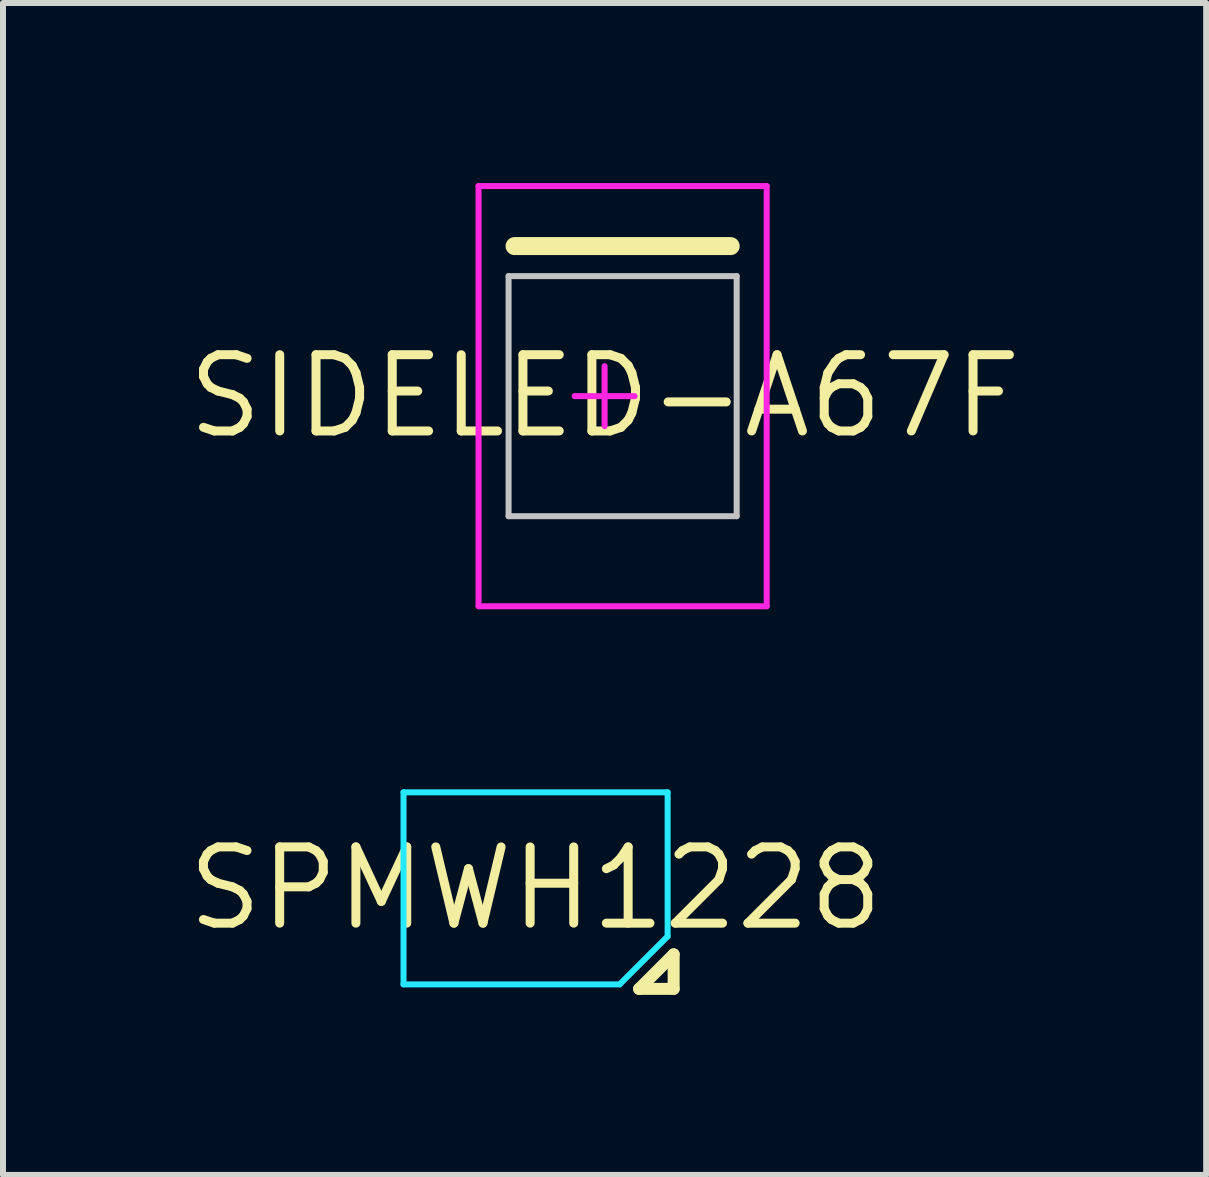
<source format=kicad_pcb>
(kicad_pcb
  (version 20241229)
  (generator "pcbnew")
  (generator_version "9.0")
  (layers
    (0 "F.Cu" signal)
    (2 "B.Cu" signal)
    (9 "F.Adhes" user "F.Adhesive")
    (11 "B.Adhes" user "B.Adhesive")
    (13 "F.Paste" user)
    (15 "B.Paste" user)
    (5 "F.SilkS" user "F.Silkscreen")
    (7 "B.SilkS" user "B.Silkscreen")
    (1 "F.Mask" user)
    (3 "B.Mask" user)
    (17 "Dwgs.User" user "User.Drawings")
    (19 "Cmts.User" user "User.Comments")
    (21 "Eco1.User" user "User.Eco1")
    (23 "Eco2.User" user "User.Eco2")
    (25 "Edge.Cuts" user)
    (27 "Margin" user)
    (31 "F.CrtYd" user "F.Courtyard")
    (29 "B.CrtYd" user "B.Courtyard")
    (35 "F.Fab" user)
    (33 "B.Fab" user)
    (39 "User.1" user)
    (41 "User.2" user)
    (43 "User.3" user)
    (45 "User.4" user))
  (footprint "SIDELED-A67F"
    (layer "F.Cu")
    (at 7.023 3.55)
    (property "Reference" "SIDELED-A67F" (at 0 0 0) (layer "F.SilkS") (effects (font (size 1.27 1.27) (thickness 0.15))))
    (attr through_hole)
    (fp_line (start -1.5 -2.5) (end 2.1 -2.5) (stroke (width 0.3) (type solid)) (layer "F.SilkS"))
    (fp_line (start -1.6 -2) (end 2.2 -2) (stroke (width 0.1) (type solid)) (layer "Dwgs.User"))
    (fp_line (start -1.6 2) (end -1.6 -2) (stroke (width 0.1) (type solid)) (layer "Dwgs.User"))
    (fp_line (start -1.6 2) (end 2.2 2) (stroke (width 0.1) (type solid)) (layer "Dwgs.User"))
    (fp_line (start 2.2 2) (end 2.2 -2) (stroke (width 0.1) (type solid)) (layer "Dwgs.User"))
    (fp_line (start -2.1 -3.5) (end 2.7 -3.5) (stroke (width 0.1) (type solid)) (layer "F.CrtYd"))
    (fp_line (start -2.1 3.5) (end -2.1 -3.5) (stroke (width 0.1) (type solid)) (layer "F.CrtYd"))
    (fp_line (start -2.1 3.5) (end 2.7 3.5) (stroke (width 0.1) (type solid)) (layer "F.CrtYd"))
    (fp_line (start -0.5 0) (end 0.5 0) (stroke (width 0.1) (type solid)) (layer "F.CrtYd"))
    (fp_line (start 0 0.5) (end 0 -0.5) (stroke (width 0.1) (type solid)) (layer "F.CrtYd"))
    (fp_line (start 2.7 3.5) (end 2.7 -3.5) (stroke (width 0.1) (type solid)) (layer "F.CrtYd")))
  (footprint "SPMWH1228"
    (layer "F.Cu")
    (at 5.873 11.75)
    (property "Reference" "SPMWH1228" (at 0 0 0) (layer "F.SilkS") (effects (font (size 1.27 1.27) (thickness 0.15))))
    (attr through_hole)
    (fp_line (start 1.725 1.675) (end 2.3 1.1) (stroke (width 0.2) (type solid)) (layer "F.SilkS"))
    (fp_line (start 1.725 1.675) (end 2.3 1.675) (stroke (width 0.2) (type solid)) (layer "F.SilkS"))
    (fp_line (start 2.3 1.675) (end 2.3 1.1) (stroke (width 0.2) (type solid)) (layer "F.SilkS"))
    (fp_line (start -2.2 -1.6) (end 2.2 -1.6) (stroke (width 0.1) (type solid)) (layer "B.CrtYd"))
    (fp_line (start -2.2 1.6) (end -2.2 -1.6) (stroke (width 0.1) (type solid)) (layer "B.CrtYd"))
    (fp_line (start -2.2 1.6) (end 1.4 1.6) (stroke (width 0.1) (type solid)) (layer "B.CrtYd"))
    (fp_line (start 1.4 1.6) (end 2.2 0.8) (stroke (width 0.1) (type solid)) (layer "B.CrtYd"))
    (fp_line (start 2.2 0.8) (end 2.2 -1.6) (stroke (width 0.1) (type solid)) (layer "B.CrtYd")))
  (gr_rect
    (start -3 -3)
    (end 17.045 16.525)
    (stroke (width 0.1) (type default))
    (fill no)
    (layer "Edge.Cuts")))
</source>
